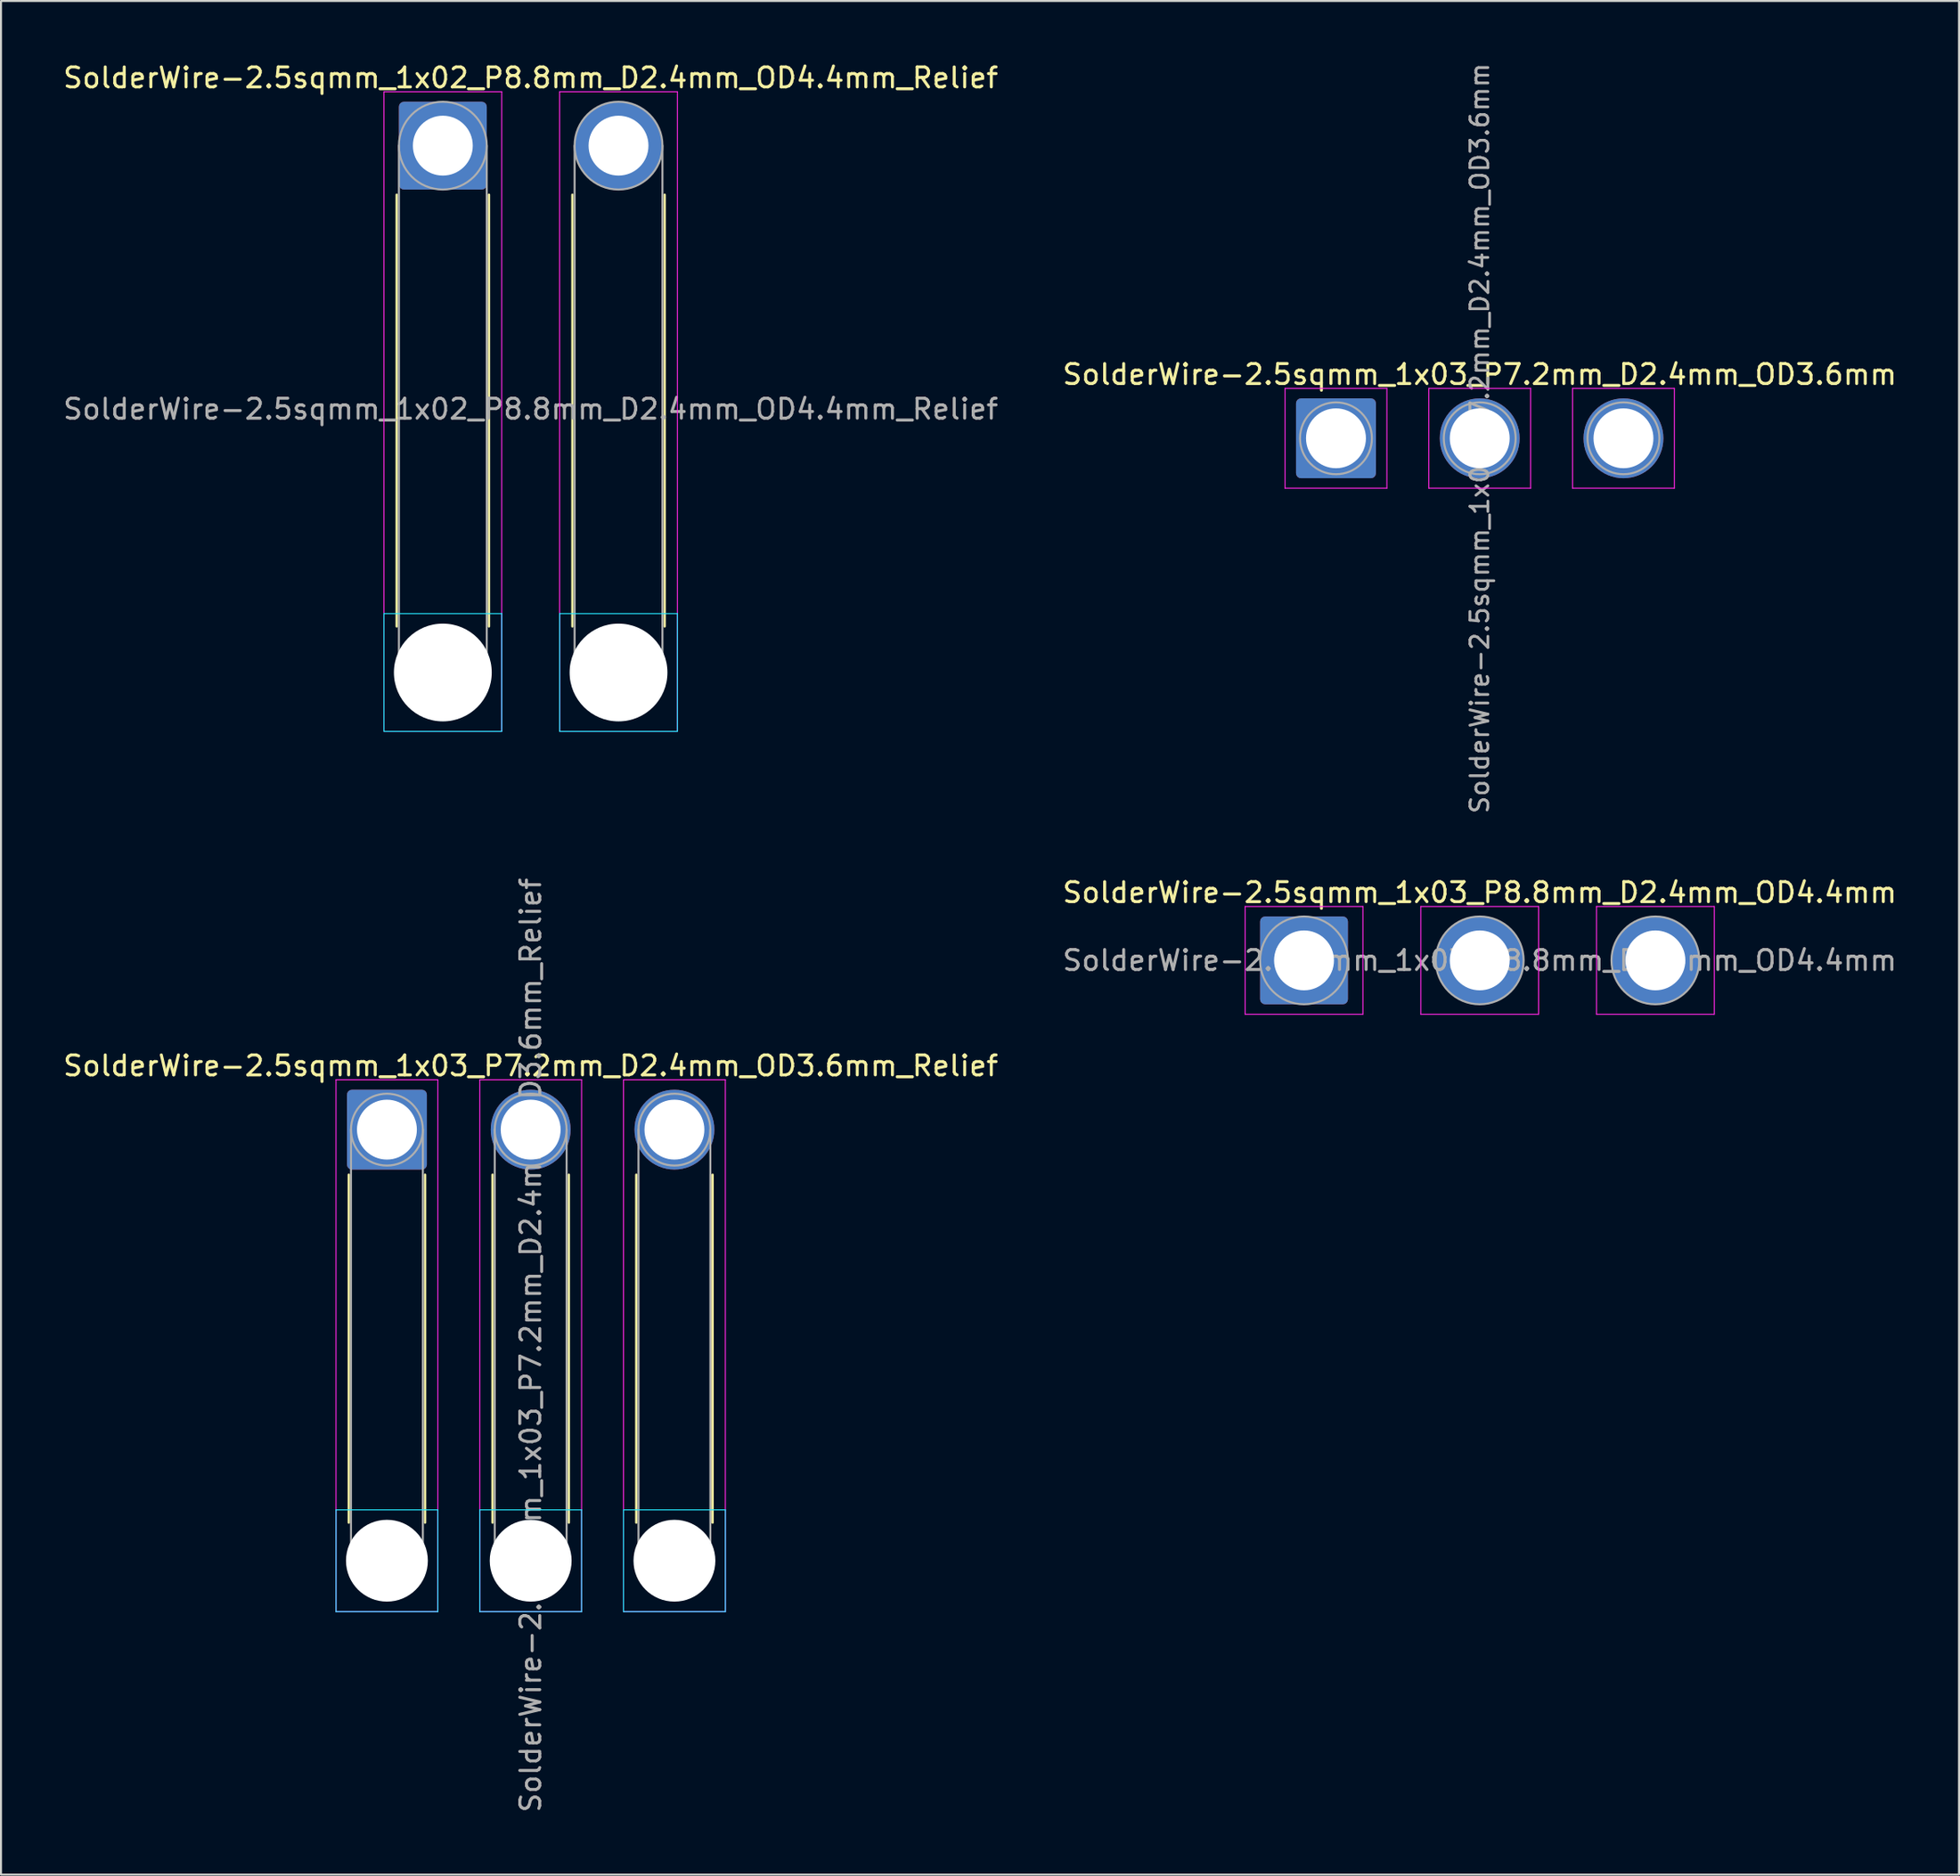
<source format=kicad_pcb>
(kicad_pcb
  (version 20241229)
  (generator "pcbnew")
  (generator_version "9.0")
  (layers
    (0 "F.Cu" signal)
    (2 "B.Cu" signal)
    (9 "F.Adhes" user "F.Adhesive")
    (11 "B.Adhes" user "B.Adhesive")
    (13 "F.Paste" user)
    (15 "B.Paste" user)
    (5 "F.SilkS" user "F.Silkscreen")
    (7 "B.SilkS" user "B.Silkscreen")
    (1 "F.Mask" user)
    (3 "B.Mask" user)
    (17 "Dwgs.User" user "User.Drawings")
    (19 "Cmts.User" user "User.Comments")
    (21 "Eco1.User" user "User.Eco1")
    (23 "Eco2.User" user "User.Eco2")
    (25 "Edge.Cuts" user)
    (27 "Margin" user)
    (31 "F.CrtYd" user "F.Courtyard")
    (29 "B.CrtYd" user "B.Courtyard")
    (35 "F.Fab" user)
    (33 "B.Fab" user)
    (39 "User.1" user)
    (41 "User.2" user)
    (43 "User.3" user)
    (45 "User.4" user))
  (footprint "SolderWire-2.5sqmm_1x03_P7.2mm_D2.4mm_OD3.6mm"
    (layer "F.Cu")
    (at 63.865 18.913)
    (property "Reference" "SolderWire-2.5sqmm_1x03_P7.2mm_D2.4mm_OD3.6mm" (at 7.2 -3.2 0) (layer "F.SilkS") (effects (font (size 1 1) (thickness 0.15))))
    (attr exclude_from_pos_files exclude_from_bom)
    (fp_line (start -2.55 -2.5) (end -2.55 2.5) (stroke (width 0.05) (type solid)) (layer "F.CrtYd"))
    (fp_line (start -2.55 2.5) (end 2.55 2.5) (stroke (width 0.05) (type solid)) (layer "F.CrtYd"))
    (fp_line (start 2.55 -2.5) (end -2.55 -2.5) (stroke (width 0.05) (type solid)) (layer "F.CrtYd"))
    (fp_line (start 2.55 2.5) (end 2.55 -2.5) (stroke (width 0.05) (type solid)) (layer "F.CrtYd"))
    (fp_line (start 4.65 -2.5) (end 4.65 2.5) (stroke (width 0.05) (type solid)) (layer "F.CrtYd"))
    (fp_line (start 4.65 2.5) (end 9.75 2.5) (stroke (width 0.05) (type solid)) (layer "F.CrtYd"))
    (fp_line (start 9.75 -2.5) (end 4.65 -2.5) (stroke (width 0.05) (type solid)) (layer "F.CrtYd"))
    (fp_line (start 9.75 2.5) (end 9.75 -2.5) (stroke (width 0.05) (type solid)) (layer "F.CrtYd"))
    (fp_line (start 11.85 -2.5) (end 11.85 2.5) (stroke (width 0.05) (type solid)) (layer "F.CrtYd"))
    (fp_line (start 11.85 2.5) (end 16.95 2.5) (stroke (width 0.05) (type solid)) (layer "F.CrtYd"))
    (fp_line (start 16.95 -2.5) (end 11.85 -2.5) (stroke (width 0.05) (type solid)) (layer "F.CrtYd"))
    (fp_line (start 16.95 2.5) (end 16.95 -2.5) (stroke (width 0.05) (type solid)) (layer "F.CrtYd"))
    (fp_circle (center 0 0) (end 1.8 0) (stroke (width 0.1) (type solid)) (fill no) (layer "F.Fab"))
    (fp_circle (center 7.2 0) (end 9 0) (stroke (width 0.1) (type solid)) (fill no) (layer "F.Fab"))
    (fp_circle (center 14.4 0) (end 16.2 0) (stroke (width 0.1) (type solid)) (fill no) (layer "F.Fab"))
    (fp_text user "${REFERENCE}" (at 7.2 0 90) (layer "F.Fab") (effects (font (size 0.9 0.9) (thickness 0.14))))
    (pad "1" thru_hole roundrect (at 0 0) (size 4 4) (drill 3) (layers "*.Cu" "*.Mask") (roundrect_rratio 0.062))
    (pad "2" thru_hole circle (at 7.2 0) (size 4 4) (drill 3) (layers "*.Cu" "*.Mask"))
    (pad "3" thru_hole circle (at 14.4 0) (size 4 4) (drill 3) (layers "*.Cu" "*.Mask")))
  (footprint "SolderWire-2.5sqmm_1x02_P8.8mm_D2.4mm_OD4.4mm_Relief"
    (layer "F.Cu")
    (at 19.13 4.248)
    (property "Reference" "SolderWire-2.5sqmm_1x02_P8.8mm_D2.4mm_OD4.4mm_Relief" (at 4.4 -3.4 0) (layer "F.SilkS") (effects (font (size 1 1) (thickness 0.15))))
    (attr exclude_from_pos_files exclude_from_bom)
    (fp_line (start -2.31 2.46) (end -2.31 24.09) (stroke (width 0.12) (type solid)) (layer "F.SilkS"))
    (fp_line (start 2.31 2.46) (end 2.31 24.09) (stroke (width 0.12) (type solid)) (layer "F.SilkS"))
    (fp_line (start 6.49 2.46) (end 6.49 24.09) (stroke (width 0.12) (type solid)) (layer "F.SilkS"))
    (fp_line (start 11.11 2.46) (end 11.11 24.09) (stroke (width 0.12) (type solid)) (layer "F.SilkS"))
    (fp_line (start -2.95 23.45) (end -2.95 29.35) (stroke (width 0.05) (type solid)) (layer "B.CrtYd"))
    (fp_line (start -2.95 29.35) (end 2.95 29.35) (stroke (width 0.05) (type solid)) (layer "B.CrtYd"))
    (fp_line (start 2.95 23.45) (end -2.95 23.45) (stroke (width 0.05) (type solid)) (layer "B.CrtYd"))
    (fp_line (start 2.95 29.35) (end 2.95 23.45) (stroke (width 0.05) (type solid)) (layer "B.CrtYd"))
    (fp_line (start 5.85 23.45) (end 5.85 29.35) (stroke (width 0.05) (type solid)) (layer "B.CrtYd"))
    (fp_line (start 5.85 29.35) (end 11.75 29.35) (stroke (width 0.05) (type solid)) (layer "B.CrtYd"))
    (fp_line (start 11.75 23.45) (end 5.85 23.45) (stroke (width 0.05) (type solid)) (layer "B.CrtYd"))
    (fp_line (start 11.75 29.35) (end 11.75 23.45) (stroke (width 0.05) (type solid)) (layer "B.CrtYd"))
    (fp_line (start -2.95 -2.7) (end -2.95 29.35) (stroke (width 0.05) (type solid)) (layer "F.CrtYd"))
    (fp_line (start -2.95 29.35) (end 2.95 29.35) (stroke (width 0.05) (type solid)) (layer "F.CrtYd"))
    (fp_line (start 2.95 -2.7) (end -2.95 -2.7) (stroke (width 0.05) (type solid)) (layer "F.CrtYd"))
    (fp_line (start 2.95 29.35) (end 2.95 -2.7) (stroke (width 0.05) (type solid)) (layer "F.CrtYd"))
    (fp_line (start 5.85 -2.7) (end 5.85 29.35) (stroke (width 0.05) (type solid)) (layer "F.CrtYd"))
    (fp_line (start 5.85 29.35) (end 11.75 29.35) (stroke (width 0.05) (type solid)) (layer "F.CrtYd"))
    (fp_line (start 11.75 -2.7) (end 5.85 -2.7) (stroke (width 0.05) (type solid)) (layer "F.CrtYd"))
    (fp_line (start 11.75 29.35) (end 11.75 -2.7) (stroke (width 0.05) (type solid)) (layer "F.CrtYd"))
    (fp_line (start -2.2 0) (end -2.2 26.4) (stroke (width 0.1) (type solid)) (layer "F.Fab"))
    (fp_line (start 2.2 0) (end 2.2 26.4) (stroke (width 0.1) (type solid)) (layer "F.Fab"))
    (fp_line (start 6.6 0) (end 6.6 26.4) (stroke (width 0.1) (type solid)) (layer "F.Fab"))
    (fp_line (start 11 0) (end 11 26.4) (stroke (width 0.1) (type solid)) (layer "F.Fab"))
    (fp_circle (center 0 0) (end 2.2 0) (stroke (width 0.1) (type solid)) (fill no) (layer "F.Fab"))
    (fp_circle (center 0 26.4) (end 2.2 26.4) (stroke (width 0.1) (type solid)) (fill no) (layer "F.Fab"))
    (fp_circle (center 8.8 0) (end 11 0) (stroke (width 0.1) (type solid)) (fill no) (layer "F.Fab"))
    (fp_circle (center 8.8 26.4) (end 11 26.4) (stroke (width 0.1) (type solid)) (fill no) (layer "F.Fab"))
    (fp_text user "${REFERENCE}" (at 4.4 13.2 0) (layer "F.Fab") (effects (font (size 1 1) (thickness 0.15))))
    (pad "" np_thru_hole circle (at 0 26.4) (size 4.9 4.9) (drill 4.9) (layers "*.Cu" "*.Mask"))
    (pad "" np_thru_hole circle (at 8.8 26.4) (size 4.9 4.9) (drill 4.9) (layers "*.Cu" "*.Mask"))
    (pad "1" thru_hole roundrect (at 0 0) (size 4.4 4.4) (drill 3) (layers "*.Cu" "*.Mask") (roundrect_rratio 0.057))
    (pad "2" thru_hole circle (at 8.8 0) (size 4.4 4.4) (drill 3) (layers "*.Cu" "*.Mask")))
  (footprint "SolderWire-2.5sqmm_1x03_P8.8mm_D2.4mm_OD4.4mm"
    (layer "F.Cu")
    (at 62.265 45.074)
    (property "Reference" "SolderWire-2.5sqmm_1x03_P8.8mm_D2.4mm_OD4.4mm" (at 8.8 -3.4 0) (layer "F.SilkS") (effects (font (size 1 1) (thickness 0.15))))
    (attr exclude_from_pos_files exclude_from_bom)
    (fp_line (start -2.95 -2.7) (end -2.95 2.7) (stroke (width 0.05) (type solid)) (layer "F.CrtYd"))
    (fp_line (start -2.95 2.7) (end 2.95 2.7) (stroke (width 0.05) (type solid)) (layer "F.CrtYd"))
    (fp_line (start 2.95 -2.7) (end -2.95 -2.7) (stroke (width 0.05) (type solid)) (layer "F.CrtYd"))
    (fp_line (start 2.95 2.7) (end 2.95 -2.7) (stroke (width 0.05) (type solid)) (layer "F.CrtYd"))
    (fp_line (start 5.85 -2.7) (end 5.85 2.7) (stroke (width 0.05) (type solid)) (layer "F.CrtYd"))
    (fp_line (start 5.85 2.7) (end 11.75 2.7) (stroke (width 0.05) (type solid)) (layer "F.CrtYd"))
    (fp_line (start 11.75 -2.7) (end 5.85 -2.7) (stroke (width 0.05) (type solid)) (layer "F.CrtYd"))
    (fp_line (start 11.75 2.7) (end 11.75 -2.7) (stroke (width 0.05) (type solid)) (layer "F.CrtYd"))
    (fp_line (start 14.65 -2.7) (end 14.65 2.7) (stroke (width 0.05) (type solid)) (layer "F.CrtYd"))
    (fp_line (start 14.65 2.7) (end 20.55 2.7) (stroke (width 0.05) (type solid)) (layer "F.CrtYd"))
    (fp_line (start 20.55 -2.7) (end 14.65 -2.7) (stroke (width 0.05) (type solid)) (layer "F.CrtYd"))
    (fp_line (start 20.55 2.7) (end 20.55 -2.7) (stroke (width 0.05) (type solid)) (layer "F.CrtYd"))
    (fp_circle (center 0 0) (end 2.2 0) (stroke (width 0.1) (type solid)) (fill no) (layer "F.Fab"))
    (fp_circle (center 8.8 0) (end 11 0) (stroke (width 0.1) (type solid)) (fill no) (layer "F.Fab"))
    (fp_circle (center 17.6 0) (end 19.8 0) (stroke (width 0.1) (type solid)) (fill no) (layer "F.Fab"))
    (fp_text user "${REFERENCE}" (at 8.8 0 0) (layer "F.Fab") (effects (font (size 1 1) (thickness 0.15))))
    (pad "1" thru_hole roundrect (at 0 0) (size 4.4 4.4) (drill 3) (layers "*.Cu" "*.Mask") (roundrect_rratio 0.057))
    (pad "2" thru_hole circle (at 8.8 0) (size 4.4 4.4) (drill 3) (layers "*.Cu" "*.Mask"))
    (pad "3" thru_hole circle (at 17.6 0) (size 4.4 4.4) (drill 3) (layers "*.Cu" "*.Mask")))
  (footprint "SolderWire-2.5sqmm_1x03_P7.2mm_D2.4mm_OD3.6mm_Relief"
    (layer "F.Cu")
    (at 16.33 53.555)
    (property "Reference" "SolderWire-2.5sqmm_1x03_P7.2mm_D2.4mm_OD3.6mm_Relief" (at 7.2 -3.2 0) (layer "F.SilkS") (effects (font (size 1 1) (thickness 0.15))))
    (attr exclude_from_pos_files exclude_from_bom)
    (fp_line (start -1.91 2.26) (end -1.91 19.69) (stroke (width 0.12) (type solid)) (layer "F.SilkS"))
    (fp_line (start 1.91 2.26) (end 1.91 19.69) (stroke (width 0.12) (type solid)) (layer "F.SilkS"))
    (fp_line (start 5.29 2.26) (end 5.29 19.69) (stroke (width 0.12) (type solid)) (layer "F.SilkS"))
    (fp_line (start 9.11 2.26) (end 9.11 19.69) (stroke (width 0.12) (type solid)) (layer "F.SilkS"))
    (fp_line (start 12.49 2.26) (end 12.49 19.69) (stroke (width 0.12) (type solid)) (layer "F.SilkS"))
    (fp_line (start 16.31 2.26) (end 16.31 19.69) (stroke (width 0.12) (type solid)) (layer "F.SilkS"))
    (fp_line (start -2.55 19.05) (end -2.55 24.15) (stroke (width 0.05) (type solid)) (layer "B.CrtYd"))
    (fp_line (start -2.55 24.15) (end 2.55 24.15) (stroke (width 0.05) (type solid)) (layer "B.CrtYd"))
    (fp_line (start 2.55 19.05) (end -2.55 19.05) (stroke (width 0.05) (type solid)) (layer "B.CrtYd"))
    (fp_line (start 2.55 24.15) (end 2.55 19.05) (stroke (width 0.05) (type solid)) (layer "B.CrtYd"))
    (fp_line (start 4.65 19.05) (end 4.65 24.15) (stroke (width 0.05) (type solid)) (layer "B.CrtYd"))
    (fp_line (start 4.65 24.15) (end 9.75 24.15) (stroke (width 0.05) (type solid)) (layer "B.CrtYd"))
    (fp_line (start 9.75 19.05) (end 4.65 19.05) (stroke (width 0.05) (type solid)) (layer "B.CrtYd"))
    (fp_line (start 9.75 24.15) (end 9.75 19.05) (stroke (width 0.05) (type solid)) (layer "B.CrtYd"))
    (fp_line (start 11.85 19.05) (end 11.85 24.15) (stroke (width 0.05) (type solid)) (layer "B.CrtYd"))
    (fp_line (start 11.85 24.15) (end 16.95 24.15) (stroke (width 0.05) (type solid)) (layer "B.CrtYd"))
    (fp_line (start 16.95 19.05) (end 11.85 19.05) (stroke (width 0.05) (type solid)) (layer "B.CrtYd"))
    (fp_line (start 16.95 24.15) (end 16.95 19.05) (stroke (width 0.05) (type solid)) (layer "B.CrtYd"))
    (fp_line (start -2.55 -2.5) (end -2.55 24.15) (stroke (width 0.05) (type solid)) (layer "F.CrtYd"))
    (fp_line (start -2.55 24.15) (end 2.55 24.15) (stroke (width 0.05) (type solid)) (layer "F.CrtYd"))
    (fp_line (start 2.55 -2.5) (end -2.55 -2.5) (stroke (width 0.05) (type solid)) (layer "F.CrtYd"))
    (fp_line (start 2.55 24.15) (end 2.55 -2.5) (stroke (width 0.05) (type solid)) (layer "F.CrtYd"))
    (fp_line (start 4.65 -2.5) (end 4.65 24.15) (stroke (width 0.05) (type solid)) (layer "F.CrtYd"))
    (fp_line (start 4.65 24.15) (end 9.75 24.15) (stroke (width 0.05) (type solid)) (layer "F.CrtYd"))
    (fp_line (start 9.75 -2.5) (end 4.65 -2.5) (stroke (width 0.05) (type solid)) (layer "F.CrtYd"))
    (fp_line (start 9.75 24.15) (end 9.75 -2.5) (stroke (width 0.05) (type solid)) (layer "F.CrtYd"))
    (fp_line (start 11.85 -2.5) (end 11.85 24.15) (stroke (width 0.05) (type solid)) (layer "F.CrtYd"))
    (fp_line (start 11.85 24.15) (end 16.95 24.15) (stroke (width 0.05) (type solid)) (layer "F.CrtYd"))
    (fp_line (start 16.95 -2.5) (end 11.85 -2.5) (stroke (width 0.05) (type solid)) (layer "F.CrtYd"))
    (fp_line (start 16.95 24.15) (end 16.95 -2.5) (stroke (width 0.05) (type solid)) (layer "F.CrtYd"))
    (fp_line (start -1.8 0) (end -1.8 21.6) (stroke (width 0.1) (type solid)) (layer "F.Fab"))
    (fp_line (start 1.8 0) (end 1.8 21.6) (stroke (width 0.1) (type solid)) (layer "F.Fab"))
    (fp_line (start 5.4 0) (end 5.4 21.6) (stroke (width 0.1) (type solid)) (layer "F.Fab"))
    (fp_line (start 9 0) (end 9 21.6) (stroke (width 0.1) (type solid)) (layer "F.Fab"))
    (fp_line (start 12.6 0) (end 12.6 21.6) (stroke (width 0.1) (type solid)) (layer "F.Fab"))
    (fp_line (start 16.2 0) (end 16.2 21.6) (stroke (width 0.1) (type solid)) (layer "F.Fab"))
    (fp_circle (center 0 0) (end 1.8 0) (stroke (width 0.1) (type solid)) (fill no) (layer "F.Fab"))
    (fp_circle (center 0 21.6) (end 1.8 21.6) (stroke (width 0.1) (type solid)) (fill no) (layer "F.Fab"))
    (fp_circle (center 7.2 0) (end 9 0) (stroke (width 0.1) (type solid)) (fill no) (layer "F.Fab"))
    (fp_circle (center 7.2 21.6) (end 9 21.6) (stroke (width 0.1) (type solid)) (fill no) (layer "F.Fab"))
    (fp_circle (center 14.4 0) (end 16.2 0) (stroke (width 0.1) (type solid)) (fill no) (layer "F.Fab"))
    (fp_circle (center 14.4 21.6) (end 16.2 21.6) (stroke (width 0.1) (type solid)) (fill no) (layer "F.Fab"))
    (fp_text user "${REFERENCE}" (at 7.2 10.8 90) (layer "F.Fab") (effects (font (size 1 1) (thickness 0.15))))
    (pad "" np_thru_hole circle (at 0 21.6) (size 4.1 4.1) (drill 4.1) (layers "*.Cu" "*.Mask"))
    (pad "" np_thru_hole circle (at 7.2 21.6) (size 4.1 4.1) (drill 4.1) (layers "*.Cu" "*.Mask"))
    (pad "" np_thru_hole circle (at 14.4 21.6) (size 4.1 4.1) (drill 4.1) (layers "*.Cu" "*.Mask"))
    (pad "1" thru_hole roundrect (at 0 0) (size 4 4) (drill 3) (layers "*.Cu" "*.Mask") (roundrect_rratio 0.062))
    (pad "2" thru_hole circle (at 7.2 0) (size 4 4) (drill 3) (layers "*.Cu" "*.Mask"))
    (pad "3" thru_hole circle (at 14.4 0) (size 4 4) (drill 3) (layers "*.Cu" "*.Mask")))
  (gr_rect
    (start -3 -3)
    (end 95.071 90.885)
    (stroke (width 0.1) (type default))
    (fill no)
    (layer "Edge.Cuts")))
</source>
